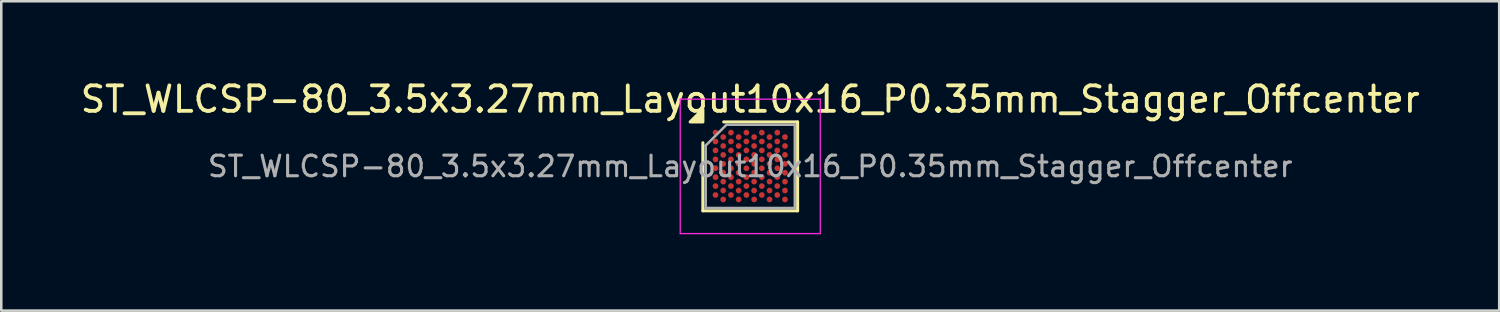
<source format=kicad_pcb>
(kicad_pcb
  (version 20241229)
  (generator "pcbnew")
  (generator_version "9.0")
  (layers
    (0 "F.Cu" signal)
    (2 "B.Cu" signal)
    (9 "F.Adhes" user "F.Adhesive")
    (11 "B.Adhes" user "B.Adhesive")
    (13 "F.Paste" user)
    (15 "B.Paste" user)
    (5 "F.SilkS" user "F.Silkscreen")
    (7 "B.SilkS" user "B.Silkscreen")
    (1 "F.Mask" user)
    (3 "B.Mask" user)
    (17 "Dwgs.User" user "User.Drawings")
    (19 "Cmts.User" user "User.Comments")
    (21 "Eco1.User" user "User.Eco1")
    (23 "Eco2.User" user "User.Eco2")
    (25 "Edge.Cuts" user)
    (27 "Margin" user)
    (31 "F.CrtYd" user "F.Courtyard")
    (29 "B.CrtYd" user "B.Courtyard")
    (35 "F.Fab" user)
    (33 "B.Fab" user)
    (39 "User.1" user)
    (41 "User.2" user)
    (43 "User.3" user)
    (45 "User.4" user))
  (footprint "ST_WLCSP-80_3.5x3.27mm_Layout10x16_P0.35mm_Stagger_Offcenter"
    (layer "F.Cu")
    (at 26.411 3.483)
    (property "Reference" "ST_WLCSP-80_3.5x3.27mm_Layout10x16_P0.35mm_Stagger_Offcenter" (at 0 -2.635 0) (layer "F.SilkS") (effects (font (size 1 1) (thickness 0.15))))
    (attr smd)
    (fp_line (start -1.86 1.745) (end -1.86 -0.927) (stroke (width 0.12) (type solid)) (layer "F.SilkS"))
    (fp_line (start -1.042 -1.745) (end 1.86 -1.745) (stroke (width 0.12) (type solid)) (layer "F.SilkS"))
    (fp_line (start 1.86 -1.745) (end 1.86 1.745) (stroke (width 0.12) (type solid)) (layer "F.SilkS"))
    (fp_line (start 1.86 1.745) (end -1.86 1.745) (stroke (width 0.12) (type solid)) (layer "F.SilkS"))
    (fp_poly (pts (xy -1.86 -1.745) (xy -2.36 -1.745) (xy -1.86 -2.245)) (stroke (width 0.12) (type solid)) (fill yes) (layer "F.SilkS"))
    (fp_line (start -2.75 -2.64) (end -2.75 2.64) (stroke (width 0.05) (type solid)) (layer "F.CrtYd"))
    (fp_line (start -2.75 2.64) (end 2.75 2.64) (stroke (width 0.05) (type solid)) (layer "F.CrtYd"))
    (fp_line (start 2.75 -2.64) (end -2.75 -2.64) (stroke (width 0.05) (type solid)) (layer "F.CrtYd"))
    (fp_line (start 2.75 2.64) (end 2.75 -2.64) (stroke (width 0.05) (type solid)) (layer "F.CrtYd"))
    (fp_line (start -1.75 -0.818) (end -0.932 -1.635) (stroke (width 0.1) (type solid)) (layer "F.Fab"))
    (fp_line (start -1.75 1.635) (end -1.75 -0.818) (stroke (width 0.1) (type solid)) (layer "F.Fab"))
    (fp_line (start -0.932 -1.635) (end 1.75 -1.635) (stroke (width 0.1) (type solid)) (layer "F.Fab"))
    (fp_line (start 1.75 -1.635) (end 1.75 1.635) (stroke (width 0.1) (type solid)) (layer "F.Fab"))
    (fp_line (start 1.75 1.635) (end -1.75 1.635) (stroke (width 0.1) (type solid)) (layer "F.Fab"))
    (fp_text user "${REFERENCE}" (at 0 0 0) (layer "F.Fab") (effects (font (size 0.81 0.81) (thickness 0.121))))
    (pad "A1" smd circle (at -1.364 -1.326) (size 0.225 0.225) (property pad_prop_bga) (layers "F.Cu" "F.Mask" "F.Paste"))
    (pad "A3" smd circle (at -0.758 -1.326) (size 0.225 0.225) (property pad_prop_bga) (layers "F.Cu" "F.Mask" "F.Paste"))
    (pad "A5" smd circle (at -0.152 -1.326) (size 0.225 0.225) (property pad_prop_bga) (layers "F.Cu" "F.Mask" "F.Paste"))
    (pad "A7" smd circle (at 0.455 -1.326) (size 0.225 0.225) (property pad_prop_bga) (layers "F.Cu" "F.Mask" "F.Paste"))
    (pad "A9" smd circle (at 1.061 -1.326) (size 0.225 0.225) (property pad_prop_bga) (layers "F.Cu" "F.Mask" "F.Paste"))
    (pad "B2" smd circle (at -1.061 -1.151) (size 0.225 0.225) (property pad_prop_bga) (layers "F.Cu" "F.Mask" "F.Paste"))
    (pad "B4" smd circle (at -0.455 -1.151) (size 0.225 0.225) (property pad_prop_bga) (layers "F.Cu" "F.Mask" "F.Paste"))
    (pad "B6" smd circle (at 0.152 -1.151) (size 0.225 0.225) (property pad_prop_bga) (layers "F.Cu" "F.Mask" "F.Paste"))
    (pad "B8" smd circle (at 0.758 -1.151) (size 0.225 0.225) (property pad_prop_bga) (layers "F.Cu" "F.Mask" "F.Paste"))
    (pad "B10" smd circle (at 1.364 -1.151) (size 0.225 0.225) (property pad_prop_bga) (layers "F.Cu" "F.Mask" "F.Paste"))
    (pad "C1" smd circle (at -1.364 -0.976) (size 0.225 0.225) (property pad_prop_bga) (layers "F.Cu" "F.Mask" "F.Paste"))
    (pad "C3" smd circle (at -0.758 -0.976) (size 0.225 0.225) (property pad_prop_bga) (layers "F.Cu" "F.Mask" "F.Paste"))
    (pad "C5" smd circle (at -0.152 -0.976) (size 0.225 0.225) (property pad_prop_bga) (layers "F.Cu" "F.Mask" "F.Paste"))
    (pad "C7" smd circle (at 0.455 -0.976) (size 0.225 0.225) (property pad_prop_bga) (layers "F.Cu" "F.Mask" "F.Paste"))
    (pad "C9" smd circle (at 1.061 -0.976) (size 0.225 0.225) (property pad_prop_bga) (layers "F.Cu" "F.Mask" "F.Paste"))
    (pad "D2" smd circle (at -1.061 -0.801) (size 0.225 0.225) (property pad_prop_bga) (layers "F.Cu" "F.Mask" "F.Paste"))
    (pad "D4" smd circle (at -0.455 -0.801) (size 0.225 0.225) (property pad_prop_bga) (layers "F.Cu" "F.Mask" "F.Paste"))
    (pad "D6" smd circle (at 0.152 -0.801) (size 0.225 0.225) (property pad_prop_bga) (layers "F.Cu" "F.Mask" "F.Paste"))
    (pad "D8" smd circle (at 0.758 -0.801) (size 0.225 0.225) (property pad_prop_bga) (layers "F.Cu" "F.Mask" "F.Paste"))
    (pad "D10" smd circle (at 1.364 -0.801) (size 0.225 0.225) (property pad_prop_bga) (layers "F.Cu" "F.Mask" "F.Paste"))
    (pad "E1" smd circle (at -1.364 -0.626) (size 0.225 0.225) (property pad_prop_bga) (layers "F.Cu" "F.Mask" "F.Paste"))
    (pad "E3" smd circle (at -0.758 -0.626) (size 0.225 0.225) (property pad_prop_bga) (layers "F.Cu" "F.Mask" "F.Paste"))
    (pad "E5" smd circle (at -0.152 -0.626) (size 0.225 0.225) (property pad_prop_bga) (layers "F.Cu" "F.Mask" "F.Paste"))
    (pad "E7" smd circle (at 0.455 -0.626) (size 0.225 0.225) (property pad_prop_bga) (layers "F.Cu" "F.Mask" "F.Paste"))
    (pad "E9" smd circle (at 1.061 -0.626) (size 0.225 0.225) (property pad_prop_bga) (layers "F.Cu" "F.Mask" "F.Paste"))
    (pad "F2" smd circle (at -1.061 -0.451) (size 0.225 0.225) (property pad_prop_bga) (layers "F.Cu" "F.Mask" "F.Paste"))
    (pad "F4" smd circle (at -0.455 -0.451) (size 0.225 0.225) (property pad_prop_bga) (layers "F.Cu" "F.Mask" "F.Paste"))
    (pad "F6" smd circle (at 0.152 -0.451) (size 0.225 0.225) (property pad_prop_bga) (layers "F.Cu" "F.Mask" "F.Paste"))
    (pad "F8" smd circle (at 0.758 -0.451) (size 0.225 0.225) (property pad_prop_bga) (layers "F.Cu" "F.Mask" "F.Paste"))
    (pad "F10" smd circle (at 1.364 -0.451) (size 0.225 0.225) (property pad_prop_bga) (layers "F.Cu" "F.Mask" "F.Paste"))
    (pad "G1" smd circle (at -1.364 -0.276) (size 0.225 0.225) (property pad_prop_bga) (layers "F.Cu" "F.Mask" "F.Paste"))
    (pad "G3" smd circle (at -0.758 -0.276) (size 0.225 0.225) (property pad_prop_bga) (layers "F.Cu" "F.Mask" "F.Paste"))
    (pad "G5" smd circle (at -0.152 -0.276) (size 0.225 0.225) (property pad_prop_bga) (layers "F.Cu" "F.Mask" "F.Paste"))
    (pad "G7" smd circle (at 0.455 -0.276) (size 0.225 0.225) (property pad_prop_bga) (layers "F.Cu" "F.Mask" "F.Paste"))
    (pad "G9" smd circle (at 1.061 -0.276) (size 0.225 0.225) (property pad_prop_bga) (layers "F.Cu" "F.Mask" "F.Paste"))
    (pad "H2" smd circle (at -1.061 -0.101) (size 0.225 0.225) (property pad_prop_bga) (layers "F.Cu" "F.Mask" "F.Paste"))
    (pad "H4" smd circle (at -0.455 -0.101) (size 0.225 0.225) (property pad_prop_bga) (layers "F.Cu" "F.Mask" "F.Paste"))
    (pad "H6" smd circle (at 0.152 -0.101) (size 0.225 0.225) (property pad_prop_bga) (layers "F.Cu" "F.Mask" "F.Paste"))
    (pad "H8" smd circle (at 0.758 -0.101) (size 0.225 0.225) (property pad_prop_bga) (layers "F.Cu" "F.Mask" "F.Paste"))
    (pad "H10" smd circle (at 1.364 -0.101) (size 0.225 0.225) (property pad_prop_bga) (layers "F.Cu" "F.Mask" "F.Paste"))
    (pad "J1" smd circle (at -1.364 0.074) (size 0.225 0.225) (property pad_prop_bga) (layers "F.Cu" "F.Mask" "F.Paste"))
    (pad "J3" smd circle (at -0.758 0.074) (size 0.225 0.225) (property pad_prop_bga) (layers "F.Cu" "F.Mask" "F.Paste"))
    (pad "J5" smd circle (at -0.152 0.074) (size 0.225 0.225) (property pad_prop_bga) (layers "F.Cu" "F.Mask" "F.Paste"))
    (pad "J7" smd circle (at 0.455 0.074) (size 0.225 0.225) (property pad_prop_bga) (layers "F.Cu" "F.Mask" "F.Paste"))
    (pad "J9" smd circle (at 1.061 0.074) (size 0.225 0.225) (property pad_prop_bga) (layers "F.Cu" "F.Mask" "F.Paste"))
    (pad "K2" smd circle (at -1.061 0.249) (size 0.225 0.225) (property pad_prop_bga) (layers "F.Cu" "F.Mask" "F.Paste"))
    (pad "K4" smd circle (at -0.455 0.249) (size 0.225 0.225) (property pad_prop_bga) (layers "F.Cu" "F.Mask" "F.Paste"))
    (pad "K6" smd circle (at 0.152 0.249) (size 0.225 0.225) (property pad_prop_bga) (layers "F.Cu" "F.Mask" "F.Paste"))
    (pad "K8" smd circle (at 0.758 0.249) (size 0.225 0.225) (property pad_prop_bga) (layers "F.Cu" "F.Mask" "F.Paste"))
    (pad "K10" smd circle (at 1.364 0.249) (size 0.225 0.225) (property pad_prop_bga) (layers "F.Cu" "F.Mask" "F.Paste"))
    (pad "L1" smd circle (at -1.364 0.424) (size 0.225 0.225) (property pad_prop_bga) (layers "F.Cu" "F.Mask" "F.Paste"))
    (pad "L3" smd circle (at -0.758 0.424) (size 0.225 0.225) (property pad_prop_bga) (layers "F.Cu" "F.Mask" "F.Paste"))
    (pad "L5" smd circle (at -0.152 0.424) (size 0.225 0.225) (property pad_prop_bga) (layers "F.Cu" "F.Mask" "F.Paste"))
    (pad "L7" smd circle (at 0.455 0.424) (size 0.225 0.225) (property pad_prop_bga) (layers "F.Cu" "F.Mask" "F.Paste"))
    (pad "L9" smd circle (at 1.061 0.424) (size 0.225 0.225) (property pad_prop_bga) (layers "F.Cu" "F.Mask" "F.Paste"))
    (pad "M2" smd circle (at -1.061 0.599) (size 0.225 0.225) (property pad_prop_bga) (layers "F.Cu" "F.Mask" "F.Paste"))
    (pad "M4" smd circle (at -0.455 0.599) (size 0.225 0.225) (property pad_prop_bga) (layers "F.Cu" "F.Mask" "F.Paste"))
    (pad "M6" smd circle (at 0.152 0.599) (size 0.225 0.225) (property pad_prop_bga) (layers "F.Cu" "F.Mask" "F.Paste"))
    (pad "M8" smd circle (at 0.758 0.599) (size 0.225 0.225) (property pad_prop_bga) (layers "F.Cu" "F.Mask" "F.Paste"))
    (pad "M10" smd circle (at 1.364 0.599) (size 0.225 0.225) (property pad_prop_bga) (layers "F.Cu" "F.Mask" "F.Paste"))
    (pad "N1" smd circle (at -1.364 0.774) (size 0.225 0.225) (property pad_prop_bga) (layers "F.Cu" "F.Mask" "F.Paste"))
    (pad "N3" smd circle (at -0.758 0.774) (size 0.225 0.225) (property pad_prop_bga) (layers "F.Cu" "F.Mask" "F.Paste"))
    (pad "N5" smd circle (at -0.152 0.774) (size 0.225 0.225) (property pad_prop_bga) (layers "F.Cu" "F.Mask" "F.Paste"))
    (pad "N7" smd circle (at 0.455 0.774) (size 0.225 0.225) (property pad_prop_bga) (layers "F.Cu" "F.Mask" "F.Paste"))
    (pad "N9" smd circle (at 1.061 0.774) (size 0.225 0.225) (property pad_prop_bga) (layers "F.Cu" "F.Mask" "F.Paste"))
    (pad "P2" smd circle (at -1.061 0.949) (size 0.225 0.225) (property pad_prop_bga) (layers "F.Cu" "F.Mask" "F.Paste"))
    (pad "P4" smd circle (at -0.455 0.949) (size 0.225 0.225) (property pad_prop_bga) (layers "F.Cu" "F.Mask" "F.Paste"))
    (pad "P6" smd circle (at 0.152 0.949) (size 0.225 0.225) (property pad_prop_bga) (layers "F.Cu" "F.Mask" "F.Paste"))
    (pad "P8" smd circle (at 0.758 0.949) (size 0.225 0.225) (property pad_prop_bga) (layers "F.Cu" "F.Mask" "F.Paste"))
    (pad "P10" smd circle (at 1.364 0.949) (size 0.225 0.225) (property pad_prop_bga) (layers "F.Cu" "F.Mask" "F.Paste"))
    (pad "R1" smd circle (at -1.364 1.124) (size 0.225 0.225) (property pad_prop_bga) (layers "F.Cu" "F.Mask" "F.Paste"))
    (pad "R3" smd circle (at -0.758 1.124) (size 0.225 0.225) (property pad_prop_bga) (layers "F.Cu" "F.Mask" "F.Paste"))
    (pad "R5" smd circle (at -0.152 1.124) (size 0.225 0.225) (property pad_prop_bga) (layers "F.Cu" "F.Mask" "F.Paste"))
    (pad "R7" smd circle (at 0.455 1.124) (size 0.225 0.225) (property pad_prop_bga) (layers "F.Cu" "F.Mask" "F.Paste"))
    (pad "R9" smd circle (at 1.061 1.124) (size 0.225 0.225) (property pad_prop_bga) (layers "F.Cu" "F.Mask" "F.Paste"))
    (pad "T2" smd circle (at -1.061 1.299) (size 0.225 0.225) (property pad_prop_bga) (layers "F.Cu" "F.Mask" "F.Paste"))
    (pad "T4" smd circle (at -0.455 1.299) (size 0.225 0.225) (property pad_prop_bga) (layers "F.Cu" "F.Mask" "F.Paste"))
    (pad "T6" smd circle (at 0.152 1.299) (size 0.225 0.225) (property pad_prop_bga) (layers "F.Cu" "F.Mask" "F.Paste"))
    (pad "T8" smd circle (at 0.758 1.299) (size 0.225 0.225) (property pad_prop_bga) (layers "F.Cu" "F.Mask" "F.Paste"))
    (pad "T10" smd circle (at 1.364 1.299) (size 0.225 0.225) (property pad_prop_bga) (layers "F.Cu" "F.Mask" "F.Paste")))
  (gr_rect
    (start -3 -3)
    (end 55.821 9.148)
    (stroke (width 0.1) (type default))
    (fill no)
    (layer "Edge.Cuts")))
</source>
